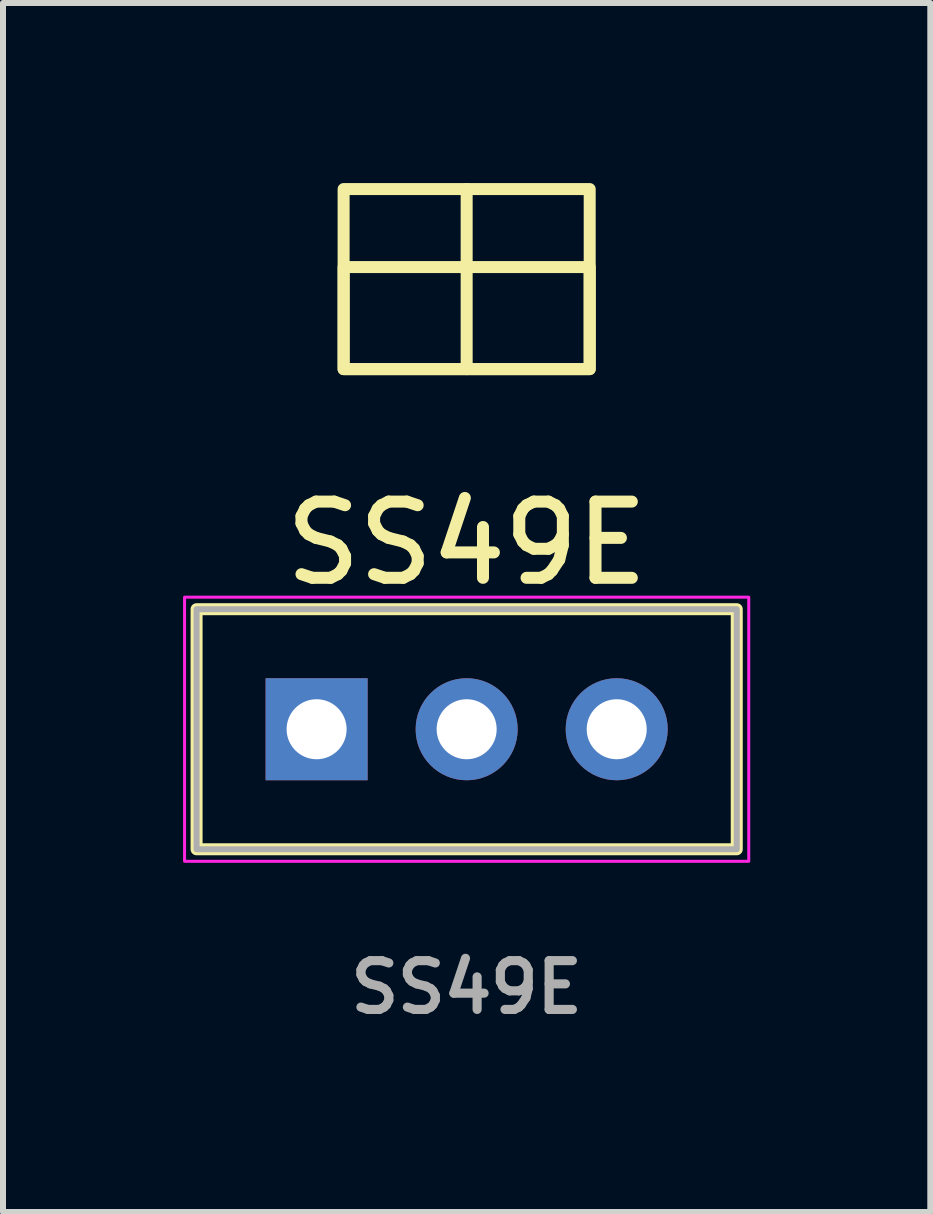
<source format=kicad_pcb>
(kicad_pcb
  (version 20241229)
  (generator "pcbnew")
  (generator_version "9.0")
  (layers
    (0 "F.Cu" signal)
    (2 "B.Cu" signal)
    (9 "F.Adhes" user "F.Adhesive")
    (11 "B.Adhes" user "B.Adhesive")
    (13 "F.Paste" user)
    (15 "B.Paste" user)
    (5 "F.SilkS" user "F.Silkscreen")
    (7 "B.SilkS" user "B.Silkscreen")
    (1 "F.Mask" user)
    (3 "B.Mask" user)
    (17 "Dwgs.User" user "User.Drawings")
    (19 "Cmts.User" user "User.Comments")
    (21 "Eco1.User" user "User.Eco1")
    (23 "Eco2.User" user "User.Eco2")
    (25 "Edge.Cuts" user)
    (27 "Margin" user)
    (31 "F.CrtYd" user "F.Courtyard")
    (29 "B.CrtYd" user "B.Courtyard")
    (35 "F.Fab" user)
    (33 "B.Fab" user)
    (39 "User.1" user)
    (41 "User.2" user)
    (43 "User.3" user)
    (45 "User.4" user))
  (footprint "SS49E"
    (layer "F.Cu")
    (at 4.725 9.1)
    (property "Reference" "SS49E" (at 0 -3.1 0) (unlocked yes) (layer "F.SilkS") (effects (font (size 1.27 1.27) (thickness 0.2))))
    (attr through_hole)
    (fp_line (start 0 -6) (end 0 -9) (stroke (width 0.2) (type default)) (layer "F.SilkS"))
    (fp_rect (start -4.5 -2) (end 4.5 2) (stroke (width 0.2) (type default)) (fill no) (layer "F.SilkS"))
    (fp_rect (start -2.05 -9) (end 2.05 -6) (stroke (width 0.2) (type default)) (fill no) (layer "F.SilkS"))
    (fp_rect (start -2.05 -7.7) (end 2.05 -6) (stroke (width 0.2) (type default)) (fill no) (layer "F.SilkS"))
    (fp_rect (start -4.7 -2.2) (end 4.7 2.2) (stroke (width 0.05) (type default)) (fill no) (layer "F.CrtYd"))
    (fp_rect (start -4.5 -2) (end 4.5 2) (stroke (width 0.1) (type default)) (fill no) (layer "F.Fab"))
    (fp_text user "${REFERENCE}" (at 0 4.3 0) (unlocked yes) (layer "F.Fab") (effects (font (size 0.813 0.813) (thickness 0.152))))
    (pad "1" thru_hole rect (at -2.5 0 90) (size 1.7 1.7) (drill 1) (layers "*.Cu" "*.Mask"))
    (pad "2" thru_hole oval (at 0 0 90) (size 1.7 1.7) (drill 1) (layers "*.Cu" "*.Mask"))
    (pad "3" thru_hole oval (at 2.5 0 90) (size 1.7 1.7) (drill 1) (layers "*.Cu" "*.Mask")))
  (gr_rect
    (start -3 -3)
    (end 12.45 17.143)
    (stroke (width 0.1) (type default))
    (fill no)
    (layer "Edge.Cuts")))
</source>
